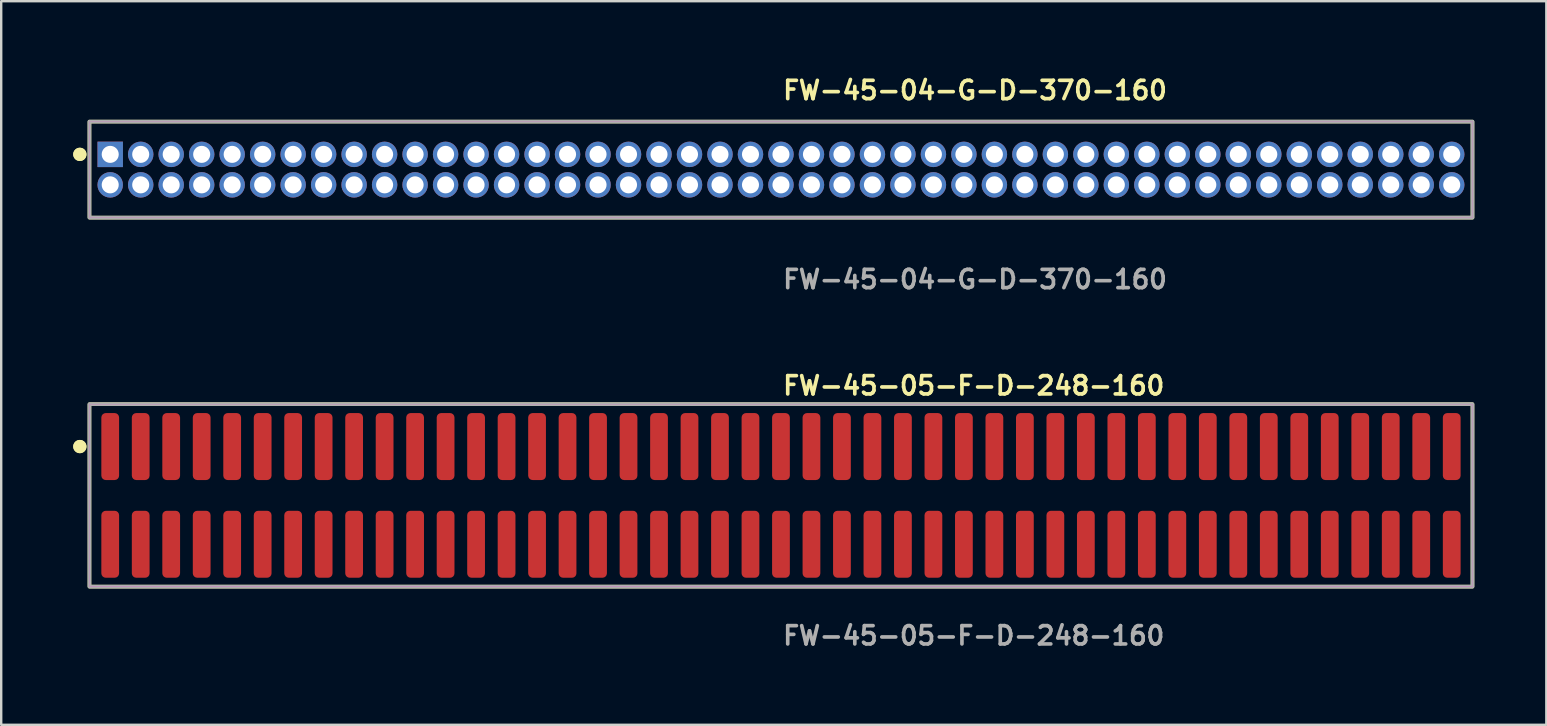
<source format=kicad_pcb>
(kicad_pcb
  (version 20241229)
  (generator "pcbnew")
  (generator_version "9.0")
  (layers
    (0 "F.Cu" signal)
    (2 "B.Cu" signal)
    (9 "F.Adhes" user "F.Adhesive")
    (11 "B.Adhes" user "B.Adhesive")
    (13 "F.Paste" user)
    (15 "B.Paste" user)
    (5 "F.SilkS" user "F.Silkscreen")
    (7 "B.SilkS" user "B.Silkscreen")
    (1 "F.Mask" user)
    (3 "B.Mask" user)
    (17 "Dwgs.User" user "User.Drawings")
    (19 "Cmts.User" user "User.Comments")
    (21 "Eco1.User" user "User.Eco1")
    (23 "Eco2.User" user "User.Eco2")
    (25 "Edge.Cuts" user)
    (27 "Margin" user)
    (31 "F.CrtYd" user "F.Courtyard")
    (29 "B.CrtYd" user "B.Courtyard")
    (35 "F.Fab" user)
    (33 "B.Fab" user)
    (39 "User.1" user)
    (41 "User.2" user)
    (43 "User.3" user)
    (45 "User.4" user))
  (footprint "FW-45-05-F-D-248-160"
    (layer "F.Cu")
    (at 29.481 17.586)
    (property "Reference" "FW-45-05-F-D-248-160" (at 0 -4.572 0) (unlocked yes) (layer "F.SilkS") (effects (font (size 0.762 0.762) (thickness 0.152)) (justify left)))
    (fp_rect (start -28.805 3.8) (end 28.805 -3.8) (stroke (width 0.152) (type solid)) (fill no) (layer "F.SilkS"))
    (fp_circle (center -29.205 -2.035) (end -29.405 -2.035) (stroke (width 0.152) (type solid)) (fill yes) (layer "F.SilkS"))
    (fp_circle (center -29.205 -2.035) (end -29.405 -2.035) (stroke (width 0.152) (type solid)) (fill yes) (layer "F.SilkS"))
    (fp_rect (start -28.805 3.8) (end 28.805 -3.8) (stroke (width 0.006) (type solid)) (fill no) (layer "F.CrtYd"))
    (fp_rect (start -28.805 3.8) (end 28.805 -3.8) (stroke (width 0.152) (type solid)) (fill no) (layer "F.Fab"))
    (fp_text user "${REFERENCE}" (at 0 5.842 0) (unlocked yes) (layer "F.Fab") (effects (font (size 0.762 0.762) (thickness 0.152)) (justify left)))
    (pad "1" smd roundrect (at -27.94 -2.035) (size 0.74 2.79) (layers "F.Cu" "F.Paste") (roundrect_rratio 0.25))
    (pad "2" smd roundrect (at -27.94 2.035) (size 0.74 2.79) (layers "F.Cu" "F.Paste") (roundrect_rratio 0.25))
    (pad "3" smd roundrect (at -26.67 -2.035) (size 0.74 2.79) (layers "F.Cu" "F.Paste") (roundrect_rratio 0.25))
    (pad "4" smd roundrect (at -26.67 2.035) (size 0.74 2.79) (layers "F.Cu" "F.Paste") (roundrect_rratio 0.25))
    (pad "5" smd roundrect (at -25.4 -2.035) (size 0.74 2.79) (layers "F.Cu" "F.Paste") (roundrect_rratio 0.25))
    (pad "6" smd roundrect (at -25.4 2.035) (size 0.74 2.79) (layers "F.Cu" "F.Paste") (roundrect_rratio 0.25))
    (pad "7" smd roundrect (at -24.13 -2.035) (size 0.74 2.79) (layers "F.Cu" "F.Paste") (roundrect_rratio 0.25))
    (pad "8" smd roundrect (at -24.13 2.035) (size 0.74 2.79) (layers "F.Cu" "F.Paste") (roundrect_rratio 0.25))
    (pad "9" smd roundrect (at -22.86 -2.035) (size 0.74 2.79) (layers "F.Cu" "F.Paste") (roundrect_rratio 0.25))
    (pad "10" smd roundrect (at -22.86 2.035) (size 0.74 2.79) (layers "F.Cu" "F.Paste") (roundrect_rratio 0.25))
    (pad "11" smd roundrect (at -21.59 -2.035) (size 0.74 2.79) (layers "F.Cu" "F.Paste") (roundrect_rratio 0.25))
    (pad "12" smd roundrect (at -21.59 2.035) (size 0.74 2.79) (layers "F.Cu" "F.Paste") (roundrect_rratio 0.25))
    (pad "13" smd roundrect (at -20.32 -2.035) (size 0.74 2.79) (layers "F.Cu" "F.Paste") (roundrect_rratio 0.25))
    (pad "14" smd roundrect (at -20.32 2.035) (size 0.74 2.79) (layers "F.Cu" "F.Paste") (roundrect_rratio 0.25))
    (pad "15" smd roundrect (at -19.05 -2.035) (size 0.74 2.79) (layers "F.Cu" "F.Paste") (roundrect_rratio 0.25))
    (pad "16" smd roundrect (at -19.05 2.035) (size 0.74 2.79) (layers "F.Cu" "F.Paste") (roundrect_rratio 0.25))
    (pad "17" smd roundrect (at -17.78 -2.035) (size 0.74 2.79) (layers "F.Cu" "F.Paste") (roundrect_rratio 0.25))
    (pad "18" smd roundrect (at -17.78 2.035) (size 0.74 2.79) (layers "F.Cu" "F.Paste") (roundrect_rratio 0.25))
    (pad "19" smd roundrect (at -16.51 -2.035) (size 0.74 2.79) (layers "F.Cu" "F.Paste") (roundrect_rratio 0.25))
    (pad "20" smd roundrect (at -16.51 2.035) (size 0.74 2.79) (layers "F.Cu" "F.Paste") (roundrect_rratio 0.25))
    (pad "21" smd roundrect (at -15.24 -2.035) (size 0.74 2.79) (layers "F.Cu" "F.Paste") (roundrect_rratio 0.25))
    (pad "22" smd roundrect (at -15.24 2.035) (size 0.74 2.79) (layers "F.Cu" "F.Paste") (roundrect_rratio 0.25))
    (pad "23" smd roundrect (at -13.97 -2.035) (size 0.74 2.79) (layers "F.Cu" "F.Paste") (roundrect_rratio 0.25))
    (pad "24" smd roundrect (at -13.97 2.035) (size 0.74 2.79) (layers "F.Cu" "F.Paste") (roundrect_rratio 0.25))
    (pad "25" smd roundrect (at -12.7 -2.035) (size 0.74 2.79) (layers "F.Cu" "F.Paste") (roundrect_rratio 0.25))
    (pad "26" smd roundrect (at -12.7 2.035) (size 0.74 2.79) (layers "F.Cu" "F.Paste") (roundrect_rratio 0.25))
    (pad "27" smd roundrect (at -11.43 -2.035) (size 0.74 2.79) (layers "F.Cu" "F.Paste") (roundrect_rratio 0.25))
    (pad "28" smd roundrect (at -11.43 2.035) (size 0.74 2.79) (layers "F.Cu" "F.Paste") (roundrect_rratio 0.25))
    (pad "29" smd roundrect (at -10.16 -2.035) (size 0.74 2.79) (layers "F.Cu" "F.Paste") (roundrect_rratio 0.25))
    (pad "30" smd roundrect (at -10.16 2.035) (size 0.74 2.79) (layers "F.Cu" "F.Paste") (roundrect_rratio 0.25))
    (pad "31" smd roundrect (at -8.89 -2.035) (size 0.74 2.79) (layers "F.Cu" "F.Paste") (roundrect_rratio 0.25))
    (pad "32" smd roundrect (at -8.89 2.035) (size 0.74 2.79) (layers "F.Cu" "F.Paste") (roundrect_rratio 0.25))
    (pad "33" smd roundrect (at -7.62 -2.035) (size 0.74 2.79) (layers "F.Cu" "F.Paste") (roundrect_rratio 0.25))
    (pad "34" smd roundrect (at -7.62 2.035) (size 0.74 2.79) (layers "F.Cu" "F.Paste") (roundrect_rratio 0.25))
    (pad "35" smd roundrect (at -6.35 -2.035) (size 0.74 2.79) (layers "F.Cu" "F.Paste") (roundrect_rratio 0.25))
    (pad "36" smd roundrect (at -6.35 2.035) (size 0.74 2.79) (layers "F.Cu" "F.Paste") (roundrect_rratio 0.25))
    (pad "37" smd roundrect (at -5.08 -2.035) (size 0.74 2.79) (layers "F.Cu" "F.Paste") (roundrect_rratio 0.25))
    (pad "38" smd roundrect (at -5.08 2.035) (size 0.74 2.79) (layers "F.Cu" "F.Paste") (roundrect_rratio 0.25))
    (pad "39" smd roundrect (at -3.81 -2.035) (size 0.74 2.79) (layers "F.Cu" "F.Paste") (roundrect_rratio 0.25))
    (pad "40" smd roundrect (at -3.81 2.035) (size 0.74 2.79) (layers "F.Cu" "F.Paste") (roundrect_rratio 0.25))
    (pad "41" smd roundrect (at -2.54 -2.035) (size 0.74 2.79) (layers "F.Cu" "F.Paste") (roundrect_rratio 0.25))
    (pad "42" smd roundrect (at -2.54 2.035) (size 0.74 2.79) (layers "F.Cu" "F.Paste") (roundrect_rratio 0.25))
    (pad "43" smd roundrect (at -1.27 -2.035) (size 0.74 2.79) (layers "F.Cu" "F.Paste") (roundrect_rratio 0.25))
    (pad "44" smd roundrect (at -1.27 2.035) (size 0.74 2.79) (layers "F.Cu" "F.Paste") (roundrect_rratio 0.25))
    (pad "45" smd roundrect (at 0 -2.035) (size 0.74 2.79) (layers "F.Cu" "F.Paste") (roundrect_rratio 0.25))
    (pad "46" smd roundrect (at 0 2.035) (size 0.74 2.79) (layers "F.Cu" "F.Paste") (roundrect_rratio 0.25))
    (pad "47" smd roundrect (at 1.27 -2.035) (size 0.74 2.79) (layers "F.Cu" "F.Paste") (roundrect_rratio 0.25))
    (pad "48" smd roundrect (at 1.27 2.035) (size 0.74 2.79) (layers "F.Cu" "F.Paste") (roundrect_rratio 0.25))
    (pad "49" smd roundrect (at 2.54 -2.035) (size 0.74 2.79) (layers "F.Cu" "F.Paste") (roundrect_rratio 0.25))
    (pad "50" smd roundrect (at 2.54 2.035) (size 0.74 2.79) (layers "F.Cu" "F.Paste") (roundrect_rratio 0.25))
    (pad "51" smd roundrect (at 3.81 -2.035) (size 0.74 2.79) (layers "F.Cu" "F.Paste") (roundrect_rratio 0.25))
    (pad "52" smd roundrect (at 3.81 2.035) (size 0.74 2.79) (layers "F.Cu" "F.Paste") (roundrect_rratio 0.25))
    (pad "53" smd roundrect (at 5.08 -2.035) (size 0.74 2.79) (layers "F.Cu" "F.Paste") (roundrect_rratio 0.25))
    (pad "54" smd roundrect (at 5.08 2.035) (size 0.74 2.79) (layers "F.Cu" "F.Paste") (roundrect_rratio 0.25))
    (pad "55" smd roundrect (at 6.35 -2.035) (size 0.74 2.79) (layers "F.Cu" "F.Paste") (roundrect_rratio 0.25))
    (pad "56" smd roundrect (at 6.35 2.035) (size 0.74 2.79) (layers "F.Cu" "F.Paste") (roundrect_rratio 0.25))
    (pad "57" smd roundrect (at 7.62 -2.035) (size 0.74 2.79) (layers "F.Cu" "F.Paste") (roundrect_rratio 0.25))
    (pad "58" smd roundrect (at 7.62 2.035) (size 0.74 2.79) (layers "F.Cu" "F.Paste") (roundrect_rratio 0.25))
    (pad "59" smd roundrect (at 8.89 -2.035) (size 0.74 2.79) (layers "F.Cu" "F.Paste") (roundrect_rratio 0.25))
    (pad "60" smd roundrect (at 8.89 2.035) (size 0.74 2.79) (layers "F.Cu" "F.Paste") (roundrect_rratio 0.25))
    (pad "61" smd roundrect (at 10.16 -2.035) (size 0.74 2.79) (layers "F.Cu" "F.Paste") (roundrect_rratio 0.25))
    (pad "62" smd roundrect (at 10.16 2.035) (size 0.74 2.79) (layers "F.Cu" "F.Paste") (roundrect_rratio 0.25))
    (pad "63" smd roundrect (at 11.43 -2.035) (size 0.74 2.79) (layers "F.Cu" "F.Paste") (roundrect_rratio 0.25))
    (pad "64" smd roundrect (at 11.43 2.035) (size 0.74 2.79) (layers "F.Cu" "F.Paste") (roundrect_rratio 0.25))
    (pad "65" smd roundrect (at 12.7 -2.035) (size 0.74 2.79) (layers "F.Cu" "F.Paste") (roundrect_rratio 0.25))
    (pad "66" smd roundrect (at 12.7 2.035) (size 0.74 2.79) (layers "F.Cu" "F.Paste") (roundrect_rratio 0.25))
    (pad "67" smd roundrect (at 13.97 -2.035) (size 0.74 2.79) (layers "F.Cu" "F.Paste") (roundrect_rratio 0.25))
    (pad "68" smd roundrect (at 13.97 2.035) (size 0.74 2.79) (layers "F.Cu" "F.Paste") (roundrect_rratio 0.25))
    (pad "69" smd roundrect (at 15.24 -2.035) (size 0.74 2.79) (layers "F.Cu" "F.Paste") (roundrect_rratio 0.25))
    (pad "70" smd roundrect (at 15.24 2.035) (size 0.74 2.79) (layers "F.Cu" "F.Paste") (roundrect_rratio 0.25))
    (pad "71" smd roundrect (at 16.51 -2.035) (size 0.74 2.79) (layers "F.Cu" "F.Paste") (roundrect_rratio 0.25))
    (pad "72" smd roundrect (at 16.51 2.035) (size 0.74 2.79) (layers "F.Cu" "F.Paste") (roundrect_rratio 0.25))
    (pad "73" smd roundrect (at 17.78 -2.035) (size 0.74 2.79) (layers "F.Cu" "F.Paste") (roundrect_rratio 0.25))
    (pad "74" smd roundrect (at 17.78 2.035) (size 0.74 2.79) (layers "F.Cu" "F.Paste") (roundrect_rratio 0.25))
    (pad "75" smd roundrect (at 19.05 -2.035) (size 0.74 2.79) (layers "F.Cu" "F.Paste") (roundrect_rratio 0.25))
    (pad "76" smd roundrect (at 19.05 2.035) (size 0.74 2.79) (layers "F.Cu" "F.Paste") (roundrect_rratio 0.25))
    (pad "77" smd roundrect (at 20.32 -2.035) (size 0.74 2.79) (layers "F.Cu" "F.Paste") (roundrect_rratio 0.25))
    (pad "78" smd roundrect (at 20.32 2.035) (size 0.74 2.79) (layers "F.Cu" "F.Paste") (roundrect_rratio 0.25))
    (pad "79" smd roundrect (at 21.59 -2.035) (size 0.74 2.79) (layers "F.Cu" "F.Paste") (roundrect_rratio 0.25))
    (pad "80" smd roundrect (at 21.59 2.035) (size 0.74 2.79) (layers "F.Cu" "F.Paste") (roundrect_rratio 0.25))
    (pad "81" smd roundrect (at 22.86 -2.035) (size 0.74 2.79) (layers "F.Cu" "F.Paste") (roundrect_rratio 0.25))
    (pad "82" smd roundrect (at 22.86 2.035) (size 0.74 2.79) (layers "F.Cu" "F.Paste") (roundrect_rratio 0.25))
    (pad "83" smd roundrect (at 24.13 -2.035) (size 0.74 2.79) (layers "F.Cu" "F.Paste") (roundrect_rratio 0.25))
    (pad "84" smd roundrect (at 24.13 2.035) (size 0.74 2.79) (layers "F.Cu" "F.Paste") (roundrect_rratio 0.25))
    (pad "85" smd roundrect (at 25.4 -2.035) (size 0.74 2.79) (layers "F.Cu" "F.Paste") (roundrect_rratio 0.25))
    (pad "86" smd roundrect (at 25.4 2.035) (size 0.74 2.79) (layers "F.Cu" "F.Paste") (roundrect_rratio 0.25))
    (pad "87" smd roundrect (at 26.67 -2.035) (size 0.74 2.79) (layers "F.Cu" "F.Paste") (roundrect_rratio 0.25))
    (pad "88" smd roundrect (at 26.67 2.035) (size 0.74 2.79) (layers "F.Cu" "F.Paste") (roundrect_rratio 0.25))
    (pad "89" smd roundrect (at 27.94 -2.035) (size 0.74 2.79) (layers "F.Cu" "F.Paste") (roundrect_rratio 0.25))
    (pad "90" smd roundrect (at 27.94 2.035) (size 0.74 2.79) (layers "F.Cu" "F.Paste") (roundrect_rratio 0.25)))
  (footprint "FW-45-04-G-D-370-160"
    (layer "F.Cu")
    (at 29.481 4.015)
    (property "Reference" "FW-45-04-G-D-370-160" (at 0 -3.302 0) (unlocked yes) (layer "F.SilkS") (effects (font (size 0.762 0.762) (thickness 0.152)) (justify left)))
    (fp_rect (start -28.805 2) (end 28.805 -2) (stroke (width 0.152) (type solid)) (fill no) (layer "F.SilkS"))
    (fp_circle (center -29.205 -0.635) (end -29.405 -0.635) (stroke (width 0.152) (type solid)) (fill yes) (layer "F.SilkS"))
    (fp_circle (center -29.205 -0.635) (end -29.405 -0.635) (stroke (width 0.152) (type solid)) (fill yes) (layer "F.SilkS"))
    (fp_rect (start -28.805 2) (end 28.805 -2) (stroke (width 0.006) (type solid)) (fill no) (layer "F.CrtYd"))
    (fp_rect (start -28.805 2) (end 28.805 -2) (stroke (width 0.152) (type solid)) (fill no) (layer "F.Fab"))
    (fp_text user "${REFERENCE}" (at 0 4.572 0) (unlocked yes) (layer "F.Fab") (effects (font (size 0.762 0.762) (thickness 0.152)) (justify left)))
    (pad "1" thru_hole rect (at -27.94 -0.635) (size 1.06 1.06) (drill 0.71) (layers "*.Cu" "*.Mask"))
    (pad "2" thru_hole circle (at -27.94 0.635) (size 1.06 1.06) (drill 0.71) (layers "*.Cu" "*.Mask"))
    (pad "3" thru_hole circle (at -26.67 -0.635) (size 1.06 1.06) (drill 0.71) (layers "*.Cu" "*.Mask"))
    (pad "4" thru_hole circle (at -26.67 0.635) (size 1.06 1.06) (drill 0.71) (layers "*.Cu" "*.Mask"))
    (pad "5" thru_hole circle (at -25.4 -0.635) (size 1.06 1.06) (drill 0.71) (layers "*.Cu" "*.Mask"))
    (pad "6" thru_hole circle (at -25.4 0.635) (size 1.06 1.06) (drill 0.71) (layers "*.Cu" "*.Mask"))
    (pad "7" thru_hole circle (at -24.13 -0.635) (size 1.06 1.06) (drill 0.71) (layers "*.Cu" "*.Mask"))
    (pad "8" thru_hole circle (at -24.13 0.635) (size 1.06 1.06) (drill 0.71) (layers "*.Cu" "*.Mask"))
    (pad "9" thru_hole circle (at -22.86 -0.635) (size 1.06 1.06) (drill 0.71) (layers "*.Cu" "*.Mask"))
    (pad "10" thru_hole circle (at -22.86 0.635) (size 1.06 1.06) (drill 0.71) (layers "*.Cu" "*.Mask"))
    (pad "11" thru_hole circle (at -21.59 -0.635) (size 1.06 1.06) (drill 0.71) (layers "*.Cu" "*.Mask"))
    (pad "12" thru_hole circle (at -21.59 0.635) (size 1.06 1.06) (drill 0.71) (layers "*.Cu" "*.Mask"))
    (pad "13" thru_hole circle (at -20.32 -0.635) (size 1.06 1.06) (drill 0.71) (layers "*.Cu" "*.Mask"))
    (pad "14" thru_hole circle (at -20.32 0.635) (size 1.06 1.06) (drill 0.71) (layers "*.Cu" "*.Mask"))
    (pad "15" thru_hole circle (at -19.05 -0.635) (size 1.06 1.06) (drill 0.71) (layers "*.Cu" "*.Mask"))
    (pad "16" thru_hole circle (at -19.05 0.635) (size 1.06 1.06) (drill 0.71) (layers "*.Cu" "*.Mask"))
    (pad "17" thru_hole circle (at -17.78 -0.635) (size 1.06 1.06) (drill 0.71) (layers "*.Cu" "*.Mask"))
    (pad "18" thru_hole circle (at -17.78 0.635) (size 1.06 1.06) (drill 0.71) (layers "*.Cu" "*.Mask"))
    (pad "19" thru_hole circle (at -16.51 -0.635) (size 1.06 1.06) (drill 0.71) (layers "*.Cu" "*.Mask"))
    (pad "20" thru_hole circle (at -16.51 0.635) (size 1.06 1.06) (drill 0.71) (layers "*.Cu" "*.Mask"))
    (pad "21" thru_hole circle (at -15.24 -0.635) (size 1.06 1.06) (drill 0.71) (layers "*.Cu" "*.Mask"))
    (pad "22" thru_hole circle (at -15.24 0.635) (size 1.06 1.06) (drill 0.71) (layers "*.Cu" "*.Mask"))
    (pad "23" thru_hole circle (at -13.97 -0.635) (size 1.06 1.06) (drill 0.71) (layers "*.Cu" "*.Mask"))
    (pad "24" thru_hole circle (at -13.97 0.635) (size 1.06 1.06) (drill 0.71) (layers "*.Cu" "*.Mask"))
    (pad "25" thru_hole circle (at -12.7 -0.635) (size 1.06 1.06) (drill 0.71) (layers "*.Cu" "*.Mask"))
    (pad "26" thru_hole circle (at -12.7 0.635) (size 1.06 1.06) (drill 0.71) (layers "*.Cu" "*.Mask"))
    (pad "27" thru_hole circle (at -11.43 -0.635) (size 1.06 1.06) (drill 0.71) (layers "*.Cu" "*.Mask"))
    (pad "28" thru_hole circle (at -11.43 0.635) (size 1.06 1.06) (drill 0.71) (layers "*.Cu" "*.Mask"))
    (pad "29" thru_hole circle (at -10.16 -0.635) (size 1.06 1.06) (drill 0.71) (layers "*.Cu" "*.Mask"))
    (pad "30" thru_hole circle (at -10.16 0.635) (size 1.06 1.06) (drill 0.71) (layers "*.Cu" "*.Mask"))
    (pad "31" thru_hole circle (at -8.89 -0.635) (size 1.06 1.06) (drill 0.71) (layers "*.Cu" "*.Mask"))
    (pad "32" thru_hole circle (at -8.89 0.635) (size 1.06 1.06) (drill 0.71) (layers "*.Cu" "*.Mask"))
    (pad "33" thru_hole circle (at -7.62 -0.635) (size 1.06 1.06) (drill 0.71) (layers "*.Cu" "*.Mask"))
    (pad "34" thru_hole circle (at -7.62 0.635) (size 1.06 1.06) (drill 0.71) (layers "*.Cu" "*.Mask"))
    (pad "35" thru_hole circle (at -6.35 -0.635) (size 1.06 1.06) (drill 0.71) (layers "*.Cu" "*.Mask"))
    (pad "36" thru_hole circle (at -6.35 0.635) (size 1.06 1.06) (drill 0.71) (layers "*.Cu" "*.Mask"))
    (pad "37" thru_hole circle (at -5.08 -0.635) (size 1.06 1.06) (drill 0.71) (layers "*.Cu" "*.Mask"))
    (pad "38" thru_hole circle (at -5.08 0.635) (size 1.06 1.06) (drill 0.71) (layers "*.Cu" "*.Mask"))
    (pad "39" thru_hole circle (at -3.81 -0.635) (size 1.06 1.06) (drill 0.71) (layers "*.Cu" "*.Mask"))
    (pad "40" thru_hole circle (at -3.81 0.635) (size 1.06 1.06) (drill 0.71) (layers "*.Cu" "*.Mask"))
    (pad "41" thru_hole circle (at -2.54 -0.635) (size 1.06 1.06) (drill 0.71) (layers "*.Cu" "*.Mask"))
    (pad "42" thru_hole circle (at -2.54 0.635) (size 1.06 1.06) (drill 0.71) (layers "*.Cu" "*.Mask"))
    (pad "43" thru_hole circle (at -1.27 -0.635) (size 1.06 1.06) (drill 0.71) (layers "*.Cu" "*.Mask"))
    (pad "44" thru_hole circle (at -1.27 0.635) (size 1.06 1.06) (drill 0.71) (layers "*.Cu" "*.Mask"))
    (pad "45" thru_hole circle (at 0 -0.635) (size 1.06 1.06) (drill 0.71) (layers "*.Cu" "*.Mask"))
    (pad "46" thru_hole circle (at 0 0.635) (size 1.06 1.06) (drill 0.71) (layers "*.Cu" "*.Mask"))
    (pad "47" thru_hole circle (at 1.27 -0.635) (size 1.06 1.06) (drill 0.71) (layers "*.Cu" "*.Mask"))
    (pad "48" thru_hole circle (at 1.27 0.635) (size 1.06 1.06) (drill 0.71) (layers "*.Cu" "*.Mask"))
    (pad "49" thru_hole circle (at 2.54 -0.635) (size 1.06 1.06) (drill 0.71) (layers "*.Cu" "*.Mask"))
    (pad "50" thru_hole circle (at 2.54 0.635) (size 1.06 1.06) (drill 0.71) (layers "*.Cu" "*.Mask"))
    (pad "51" thru_hole circle (at 3.81 -0.635) (size 1.06 1.06) (drill 0.71) (layers "*.Cu" "*.Mask"))
    (pad "52" thru_hole circle (at 3.81 0.635) (size 1.06 1.06) (drill 0.71) (layers "*.Cu" "*.Mask"))
    (pad "53" thru_hole circle (at 5.08 -0.635) (size 1.06 1.06) (drill 0.71) (layers "*.Cu" "*.Mask"))
    (pad "54" thru_hole circle (at 5.08 0.635) (size 1.06 1.06) (drill 0.71) (layers "*.Cu" "*.Mask"))
    (pad "55" thru_hole circle (at 6.35 -0.635) (size 1.06 1.06) (drill 0.71) (layers "*.Cu" "*.Mask"))
    (pad "56" thru_hole circle (at 6.35 0.635) (size 1.06 1.06) (drill 0.71) (layers "*.Cu" "*.Mask"))
    (pad "57" thru_hole circle (at 7.62 -0.635) (size 1.06 1.06) (drill 0.71) (layers "*.Cu" "*.Mask"))
    (pad "58" thru_hole circle (at 7.62 0.635) (size 1.06 1.06) (drill 0.71) (layers "*.Cu" "*.Mask"))
    (pad "59" thru_hole circle (at 8.89 -0.635) (size 1.06 1.06) (drill 0.71) (layers "*.Cu" "*.Mask"))
    (pad "60" thru_hole circle (at 8.89 0.635) (size 1.06 1.06) (drill 0.71) (layers "*.Cu" "*.Mask"))
    (pad "61" thru_hole circle (at 10.16 -0.635) (size 1.06 1.06) (drill 0.71) (layers "*.Cu" "*.Mask"))
    (pad "62" thru_hole circle (at 10.16 0.635) (size 1.06 1.06) (drill 0.71) (layers "*.Cu" "*.Mask"))
    (pad "63" thru_hole circle (at 11.43 -0.635) (size 1.06 1.06) (drill 0.71) (layers "*.Cu" "*.Mask"))
    (pad "64" thru_hole circle (at 11.43 0.635) (size 1.06 1.06) (drill 0.71) (layers "*.Cu" "*.Mask"))
    (pad "65" thru_hole circle (at 12.7 -0.635) (size 1.06 1.06) (drill 0.71) (layers "*.Cu" "*.Mask"))
    (pad "66" thru_hole circle (at 12.7 0.635) (size 1.06 1.06) (drill 0.71) (layers "*.Cu" "*.Mask"))
    (pad "67" thru_hole circle (at 13.97 -0.635) (size 1.06 1.06) (drill 0.71) (layers "*.Cu" "*.Mask"))
    (pad "68" thru_hole circle (at 13.97 0.635) (size 1.06 1.06) (drill 0.71) (layers "*.Cu" "*.Mask"))
    (pad "69" thru_hole circle (at 15.24 -0.635) (size 1.06 1.06) (drill 0.71) (layers "*.Cu" "*.Mask"))
    (pad "70" thru_hole circle (at 15.24 0.635) (size 1.06 1.06) (drill 0.71) (layers "*.Cu" "*.Mask"))
    (pad "71" thru_hole circle (at 16.51 -0.635) (size 1.06 1.06) (drill 0.71) (layers "*.Cu" "*.Mask"))
    (pad "72" thru_hole circle (at 16.51 0.635) (size 1.06 1.06) (drill 0.71) (layers "*.Cu" "*.Mask"))
    (pad "73" thru_hole circle (at 17.78 -0.635) (size 1.06 1.06) (drill 0.71) (layers "*.Cu" "*.Mask"))
    (pad "74" thru_hole circle (at 17.78 0.635) (size 1.06 1.06) (drill 0.71) (layers "*.Cu" "*.Mask"))
    (pad "75" thru_hole circle (at 19.05 -0.635) (size 1.06 1.06) (drill 0.71) (layers "*.Cu" "*.Mask"))
    (pad "76" thru_hole circle (at 19.05 0.635) (size 1.06 1.06) (drill 0.71) (layers "*.Cu" "*.Mask"))
    (pad "77" thru_hole circle (at 20.32 -0.635) (size 1.06 1.06) (drill 0.71) (layers "*.Cu" "*.Mask"))
    (pad "78" thru_hole circle (at 20.32 0.635) (size 1.06 1.06) (drill 0.71) (layers "*.Cu" "*.Mask"))
    (pad "79" thru_hole circle (at 21.59 -0.635) (size 1.06 1.06) (drill 0.71) (layers "*.Cu" "*.Mask"))
    (pad "80" thru_hole circle (at 21.59 0.635) (size 1.06 1.06) (drill 0.71) (layers "*.Cu" "*.Mask"))
    (pad "81" thru_hole circle (at 22.86 -0.635) (size 1.06 1.06) (drill 0.71) (layers "*.Cu" "*.Mask"))
    (pad "82" thru_hole circle (at 22.86 0.635) (size 1.06 1.06) (drill 0.71) (layers "*.Cu" "*.Mask"))
    (pad "83" thru_hole circle (at 24.13 -0.635) (size 1.06 1.06) (drill 0.71) (layers "*.Cu" "*.Mask"))
    (pad "84" thru_hole circle (at 24.13 0.635) (size 1.06 1.06) (drill 0.71) (layers "*.Cu" "*.Mask"))
    (pad "85" thru_hole circle (at 25.4 -0.635) (size 1.06 1.06) (drill 0.71) (layers "*.Cu" "*.Mask"))
    (pad "86" thru_hole circle (at 25.4 0.635) (size 1.06 1.06) (drill 0.71) (layers "*.Cu" "*.Mask"))
    (pad "87" thru_hole circle (at 26.67 -0.635) (size 1.06 1.06) (drill 0.71) (layers "*.Cu" "*.Mask"))
    (pad "88" thru_hole circle (at 26.67 0.635) (size 1.06 1.06) (drill 0.71) (layers "*.Cu" "*.Mask"))
    (pad "89" thru_hole circle (at 27.94 -0.635) (size 1.06 1.06) (drill 0.71) (layers "*.Cu" "*.Mask"))
    (pad "90" thru_hole circle (at 27.94 0.635) (size 1.06 1.06) (drill 0.71) (layers "*.Cu" "*.Mask")))
  (gr_rect
    (start -3 -3)
    (end 61.362 27.141)
    (stroke (width 0.1) (type default))
    (fill no)
    (layer "Edge.Cuts")))
</source>
